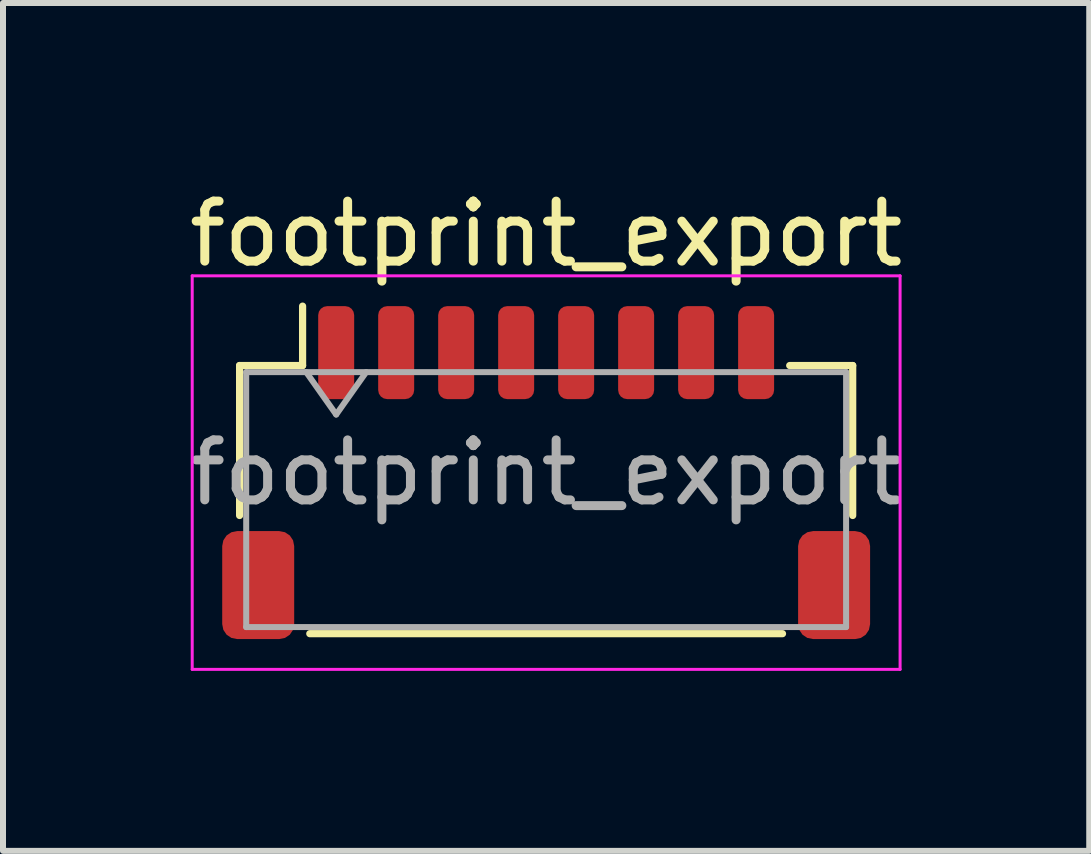
<source format=kicad_pcb>
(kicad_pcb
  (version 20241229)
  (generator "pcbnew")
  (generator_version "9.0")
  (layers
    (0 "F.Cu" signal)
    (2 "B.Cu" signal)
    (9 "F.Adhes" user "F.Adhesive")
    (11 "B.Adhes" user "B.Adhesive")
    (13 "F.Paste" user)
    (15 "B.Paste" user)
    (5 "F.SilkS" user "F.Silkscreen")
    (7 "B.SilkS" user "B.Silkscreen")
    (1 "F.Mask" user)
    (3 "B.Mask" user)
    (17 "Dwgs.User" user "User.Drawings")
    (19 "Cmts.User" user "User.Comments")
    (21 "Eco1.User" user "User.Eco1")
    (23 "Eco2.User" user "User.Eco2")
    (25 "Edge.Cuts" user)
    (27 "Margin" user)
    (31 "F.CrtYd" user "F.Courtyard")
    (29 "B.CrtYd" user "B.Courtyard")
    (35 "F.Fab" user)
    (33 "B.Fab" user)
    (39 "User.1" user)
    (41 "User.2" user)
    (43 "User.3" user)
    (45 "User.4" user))
  (footprint "footprint_export"
    (layer "F.Cu")
    (at 6.054 4.828)
    (property "Reference" "footprint_export" (at 0 -3.98 0) (layer "F.SilkS") (effects (font (size 1 1) (thickness 0.15))))
    (attr smd)
    (fp_line (start -5.11 -1.785) (end -4.06 -1.785) (stroke (width 0.12) (type solid)) (layer "F.SilkS"))
    (fp_line (start -5.11 0.715) (end -5.11 -1.785) (stroke (width 0.12) (type solid)) (layer "F.SilkS"))
    (fp_line (start -4.06 -1.785) (end -4.06 -2.775) (stroke (width 0.12) (type solid)) (layer "F.SilkS"))
    (fp_line (start -3.94 2.685) (end 3.94 2.685) (stroke (width 0.12) (type solid)) (layer "F.SilkS"))
    (fp_line (start 5.11 -1.785) (end 4.06 -1.785) (stroke (width 0.12) (type solid)) (layer "F.SilkS"))
    (fp_line (start 5.11 0.715) (end 5.11 -1.785) (stroke (width 0.12) (type solid)) (layer "F.SilkS"))
    (fp_line (start -5.9 -3.28) (end -5.9 3.28) (stroke (width 0.05) (type solid)) (layer "F.CrtYd"))
    (fp_line (start -5.9 3.28) (end 5.9 3.28) (stroke (width 0.05) (type solid)) (layer "F.CrtYd"))
    (fp_line (start 5.9 -3.28) (end -5.9 -3.28) (stroke (width 0.05) (type solid)) (layer "F.CrtYd"))
    (fp_line (start 5.9 3.28) (end 5.9 -3.28) (stroke (width 0.05) (type solid)) (layer "F.CrtYd"))
    (fp_line (start -5 -1.675) (end -5 2.575) (stroke (width 0.1) (type solid)) (layer "F.Fab"))
    (fp_line (start -5 -1.675) (end 5 -1.675) (stroke (width 0.1) (type solid)) (layer "F.Fab"))
    (fp_line (start -5 2.575) (end 5 2.575) (stroke (width 0.1) (type solid)) (layer "F.Fab"))
    (fp_line (start -4 -1.675) (end -3.5 -0.968) (stroke (width 0.1) (type solid)) (layer "F.Fab"))
    (fp_line (start -3.5 -0.968) (end -3 -1.675) (stroke (width 0.1) (type solid)) (layer "F.Fab"))
    (fp_line (start 5 -1.675) (end 5 2.575) (stroke (width 0.1) (type solid)) (layer "F.Fab"))
    (fp_text user "${REFERENCE}" (at 0 0 0) (layer "F.Fab") (effects (font (size 1 1) (thickness 0.15))))
    (pad "1" smd roundrect (at -3.5 -2) (size 0.6 1.55) (layers "F.Cu" "F.Mask" "F.Paste") (roundrect_rratio 0.25))
    (pad "2" smd roundrect (at -2.5 -2) (size 0.6 1.55) (layers "F.Cu" "F.Mask" "F.Paste") (roundrect_rratio 0.25))
    (pad "3" smd roundrect (at -1.5 -2) (size 0.6 1.55) (layers "F.Cu" "F.Mask" "F.Paste") (roundrect_rratio 0.25))
    (pad "4" smd roundrect (at -0.5 -2) (size 0.6 1.55) (layers "F.Cu" "F.Mask" "F.Paste") (roundrect_rratio 0.25))
    (pad "5" smd roundrect (at 0.5 -2) (size 0.6 1.55) (layers "F.Cu" "F.Mask" "F.Paste") (roundrect_rratio 0.25))
    (pad "6" smd roundrect (at 1.5 -2) (size 0.6 1.55) (layers "F.Cu" "F.Mask" "F.Paste") (roundrect_rratio 0.25))
    (pad "7" smd roundrect (at 2.5 -2) (size 0.6 1.55) (layers "F.Cu" "F.Mask" "F.Paste") (roundrect_rratio 0.25))
    (pad "8" smd roundrect (at 3.5 -2) (size 0.6 1.55) (layers "F.Cu" "F.Mask" "F.Paste") (roundrect_rratio 0.25))
    (pad "MP" smd roundrect (at -4.8 1.875) (size 1.2 1.8) (layers "F.Cu" "F.Mask" "F.Paste") (roundrect_rratio 0.208))
    (pad "MP" smd roundrect (at 4.8 1.875) (size 1.2 1.8) (layers "F.Cu" "F.Mask" "F.Paste") (roundrect_rratio 0.208)))
  (gr_rect
    (start -3 -3)
    (end 15.107 11.133)
    (stroke (width 0.1) (type default))
    (fill no)
    (layer "Edge.Cuts")))
</source>
